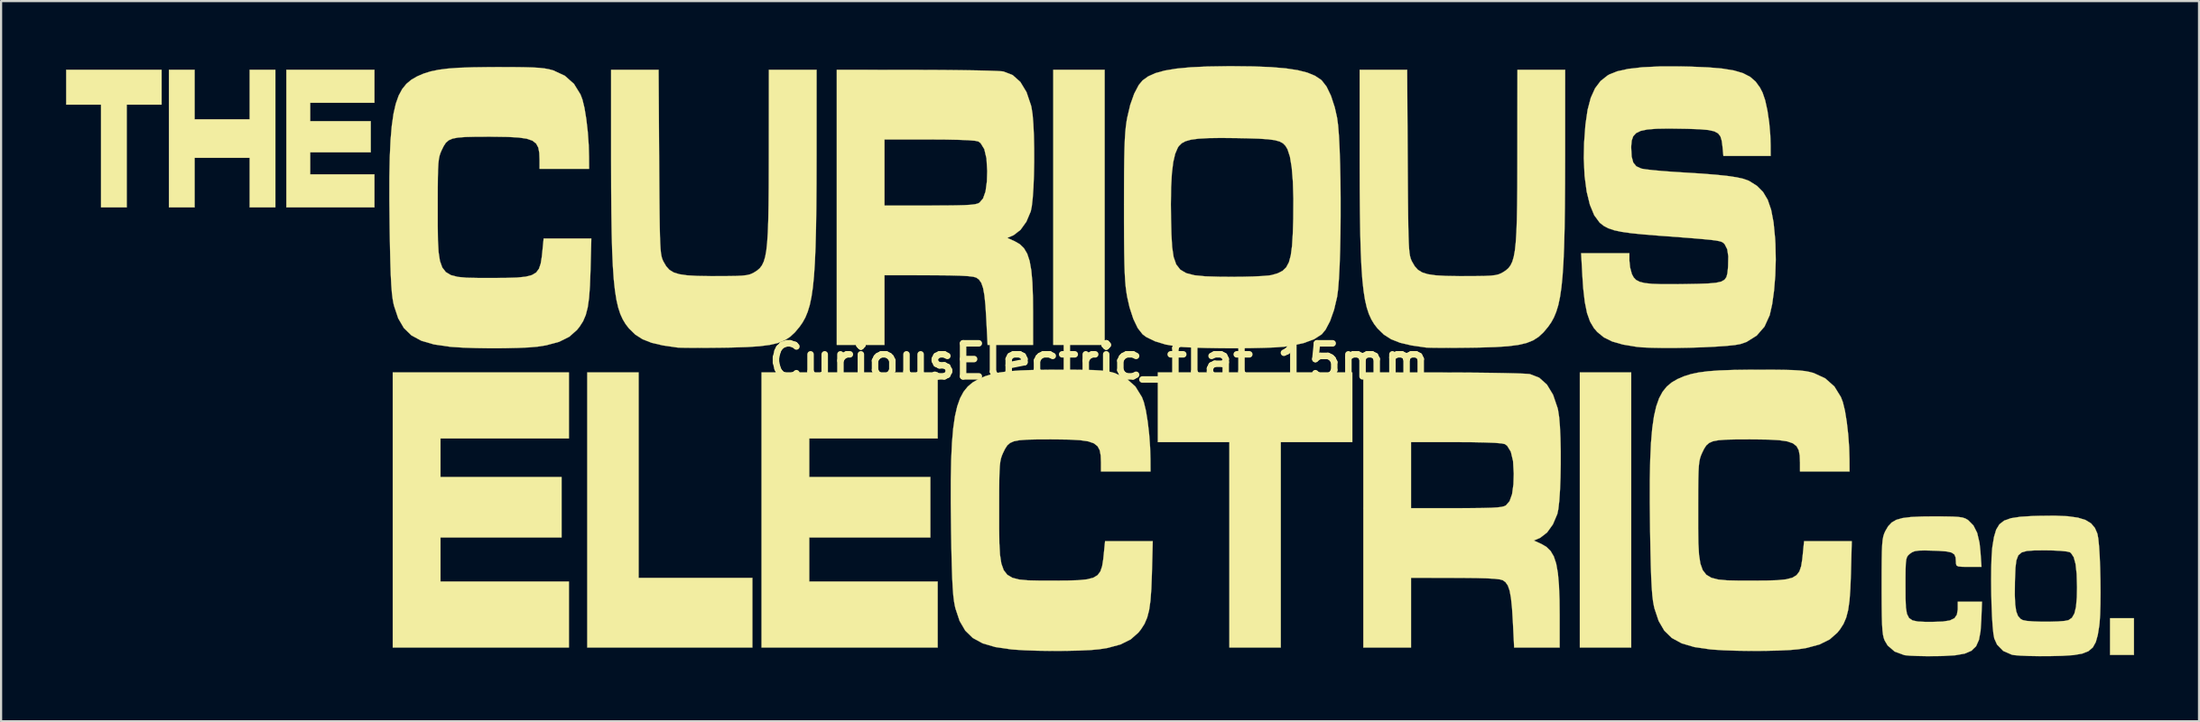
<source format=kicad_pcb>
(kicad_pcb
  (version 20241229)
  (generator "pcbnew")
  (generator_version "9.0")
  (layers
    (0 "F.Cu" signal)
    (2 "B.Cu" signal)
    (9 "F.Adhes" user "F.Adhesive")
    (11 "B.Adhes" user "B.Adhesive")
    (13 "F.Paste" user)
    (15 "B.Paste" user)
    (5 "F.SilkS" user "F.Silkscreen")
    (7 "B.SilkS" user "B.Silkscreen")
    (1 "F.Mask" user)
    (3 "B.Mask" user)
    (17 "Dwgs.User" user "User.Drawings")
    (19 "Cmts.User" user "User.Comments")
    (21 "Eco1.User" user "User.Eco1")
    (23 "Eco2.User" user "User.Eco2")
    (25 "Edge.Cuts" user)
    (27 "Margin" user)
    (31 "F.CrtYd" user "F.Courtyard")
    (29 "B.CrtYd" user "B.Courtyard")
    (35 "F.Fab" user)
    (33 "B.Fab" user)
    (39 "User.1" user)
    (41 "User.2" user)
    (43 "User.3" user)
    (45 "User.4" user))
  (footprint "CuriousElectric_flat_15mm"
    (layer "F.Cu")
    (at 47.672 13.633)
    (property "Reference" "CuriousElectric_flat_15mm" (at 0 0 0) (layer "F.SilkS") (effects (font (size 1.524 1.524) (thickness 0.3))))
    (attr through_hole)
    (fp_poly (pts (xy 0.254 -0.762) (xy -2.117 -0.762) (xy -2.117 -13.462) (xy 0.254 -13.462) (xy 0.254 -0.762)) (stroke (width 0.01) (type solid)) (fill yes) (layer "F.SilkS"))
    (fp_poly (pts (xy 24.553 13.208) (xy 22.183 13.208) (xy 22.183 0.508) (xy 24.553 0.508) (xy 24.553 13.208)) (stroke (width 0.01) (type solid)) (fill yes) (layer "F.SilkS"))
    (fp_poly (pts (xy 47.752 13.547) (xy 46.651 13.547) (xy 46.651 11.853) (xy 47.752 11.853) (xy 47.752 13.547)) (stroke (width 0.01) (type solid)) (fill yes) (layer "F.SilkS"))
    (fp_poly (pts (xy -21.251 9.991) (xy -16.002 9.991) (xy -16.002 13.208) (xy -23.622 13.208) (xy -23.622 0.508) (xy -21.251 0.508) (xy -21.251 9.991)) (stroke (width 0.01) (type solid)) (fill yes) (layer "F.SilkS"))
    (fp_poly (pts (xy -43.265 -11.853) (xy -44.873 -11.853) (xy -44.873 -7.112) (xy -46.059 -7.112) (xy -46.059 -11.853) (xy -47.667 -11.853) (xy -47.667 -13.462) (xy -43.265 -13.462) (xy -43.265 -11.853)) (stroke (width 0.01) (type solid)) (fill yes) (layer "F.SilkS"))
    (fp_poly (pts (xy 11.684 3.725) (xy 8.382 3.725) (xy 8.382 13.208) (xy 6.011 13.208) (xy 6.011 3.725) (xy 2.709 3.725) (xy 2.709 0.508) (xy 11.684 0.508) (xy 11.684 3.725)) (stroke (width 0.01) (type solid)) (fill yes) (layer "F.SilkS"))
    (fp_poly (pts (xy -41.741 -11.176) (xy -39.201 -11.176) (xy -39.201 -13.462) (xy -38.015 -13.462) (xy -38.015 -7.112) (xy -39.201 -7.112) (xy -39.201 -9.398) (xy -41.741 -9.398) (xy -41.741 -7.112) (xy -42.926 -7.112) (xy -42.926 -13.462) (xy -41.741 -13.462) (xy -41.741 -11.176)) (stroke (width 0.01) (type solid)) (fill yes) (layer "F.SilkS"))
    (fp_poly (pts (xy -33.443 -11.938) (xy -36.407 -11.938) (xy -36.407 -11.091) (xy -33.613 -11.091) (xy -33.613 -9.652) (xy -36.407 -9.652) (xy -36.407 -8.636) (xy -33.443 -8.636) (xy -33.443 -7.112) (xy -37.507 -7.112) (xy -37.507 -13.462) (xy -33.443 -13.462) (xy -33.443 -11.938)) (stroke (width 0.01) (type solid)) (fill yes) (layer "F.SilkS"))
    (fp_poly (pts (xy -24.469 3.556) (xy -30.395 3.556) (xy -30.395 5.334) (xy -24.807 5.334) (xy -24.807 8.128) (xy -30.395 8.128) (xy -30.395 10.16) (xy -24.469 10.16) (xy -24.469 13.208) (xy -32.597 13.208) (xy -32.597 0.508) (xy -24.469 0.508) (xy -24.469 3.556)) (stroke (width 0.01) (type solid)) (fill yes) (layer "F.SilkS"))
    (fp_poly (pts (xy -7.451 3.556) (xy -13.377 3.556) (xy -13.377 5.334) (xy -7.789 5.334) (xy -7.789 8.128) (xy -13.377 8.128) (xy -13.377 10.16) (xy -7.451 10.16) (xy -7.451 13.208) (xy -15.579 13.208) (xy -15.579 0.508) (xy -7.451 0.508) (xy -7.451 3.556)) (stroke (width 0.01) (type solid)) (fill yes) (layer "F.SilkS"))
    (fp_poly (pts (xy -8.445 -13.458) (xy -7.66 -13.456) (xy -6.915 -13.451) (xy -6.23 -13.443) (xy -5.626 -13.433) (xy -5.121 -13.421) (xy -4.735 -13.407) (xy -4.488 -13.392) (xy -4.418 -13.384) (xy -3.991 -13.218) (xy -3.634 -12.899) (xy -3.351 -12.431) (xy -3.143 -11.816) (xy -3.122 -11.726) (xy -3.072 -11.408) (xy -3.036 -10.965) (xy -3.011 -10.431) (xy -2.999 -9.837) (xy -2.998 -9.218) (xy -3.009 -8.607) (xy -3.031 -8.037) (xy -3.065 -7.541) (xy -3.109 -7.152) (xy -3.155 -6.927) (xy -3.357 -6.45) (xy -3.628 -6.073) (xy -3.945 -5.828) (xy -4 -5.803) (xy -4.241 -5.702) (xy -3.897 -5.547) (xy -3.659 -5.41) (xy -3.468 -5.224) (xy -3.319 -4.973) (xy -3.208 -4.637) (xy -3.13 -4.2) (xy -3.08 -3.645) (xy -3.055 -2.953) (xy -3.049 -2.265) (xy -3.048 -0.762) (xy -5.147 -0.762) (xy -5.208 -1.968) (xy -5.246 -2.581) (xy -5.293 -3.046) (xy -5.355 -3.386) (xy -5.437 -3.623) (xy -5.545 -3.779) (xy -5.673 -3.87) (xy -5.808 -3.908) (xy -6.052 -3.937) (xy -6.42 -3.958) (xy -6.925 -3.971) (xy -7.58 -3.977) (xy -7.895 -3.978) (xy -9.906 -3.979) (xy -9.906 -0.762) (xy -12.107 -0.762) (xy -12.107 -10.245) (xy -9.906 -10.245) (xy -9.906 -7.197) (xy -7.808 -7.197) (xy -7.136 -7.198) (xy -6.612 -7.204) (xy -6.218 -7.214) (xy -5.932 -7.231) (xy -5.734 -7.254) (xy -5.604 -7.287) (xy -5.525 -7.326) (xy -5.357 -7.522) (xy -5.243 -7.844) (xy -5.18 -8.305) (xy -5.165 -8.787) (xy -5.199 -9.371) (xy -5.3 -9.8) (xy -5.47 -10.076) (xy -5.575 -10.153) (xy -5.724 -10.185) (xy -6.033 -10.211) (xy -6.492 -10.229) (xy -7.094 -10.241) (xy -7.826 -10.245) (xy -9.906 -10.245) (xy -12.107 -10.245) (xy -12.107 -13.462) (xy -8.445 -13.458)) (stroke (width 0.01) (type solid)) (fill yes) (layer "F.SilkS"))
    (fp_poly (pts (xy 15.854 0.512) (xy 16.64 0.514) (xy 17.385 0.519) (xy 18.069 0.527) (xy 18.674 0.537) (xy 19.179 0.549) (xy 19.564 0.563) (xy 19.811 0.578) (xy 19.881 0.586) (xy 20.309 0.752) (xy 20.665 1.071) (xy 20.948 1.539) (xy 21.157 2.154) (xy 21.178 2.244) (xy 21.227 2.562) (xy 21.264 3.005) (xy 21.288 3.539) (xy 21.301 4.133) (xy 21.301 4.752) (xy 21.29 5.363) (xy 21.268 5.933) (xy 21.235 6.429) (xy 21.191 6.818) (xy 21.144 7.043) (xy 20.942 7.52) (xy 20.671 7.897) (xy 20.354 8.142) (xy 20.299 8.167) (xy 20.059 8.268) (xy 20.402 8.423) (xy 20.64 8.56) (xy 20.831 8.746) (xy 20.98 8.997) (xy 21.092 9.333) (xy 21.17 9.77) (xy 21.219 10.325) (xy 21.245 11.017) (xy 21.251 11.705) (xy 21.251 13.208) (xy 19.152 13.208) (xy 19.092 12.002) (xy 19.054 11.389) (xy 19.006 10.924) (xy 18.944 10.584) (xy 18.862 10.347) (xy 18.754 10.191) (xy 18.627 10.1) (xy 18.492 10.062) (xy 18.247 10.033) (xy 17.879 10.012) (xy 17.374 9.999) (xy 16.719 9.993) (xy 16.404 9.992) (xy 14.393 9.991) (xy 14.393 13.208) (xy 12.192 13.208) (xy 12.192 3.725) (xy 14.393 3.725) (xy 14.393 6.773) (xy 16.491 6.773) (xy 17.164 6.772) (xy 17.687 6.766) (xy 18.081 6.756) (xy 18.368 6.739) (xy 18.565 6.716) (xy 18.695 6.683) (xy 18.774 6.644) (xy 18.942 6.448) (xy 19.056 6.126) (xy 19.119 5.665) (xy 19.134 5.183) (xy 19.101 4.599) (xy 18.999 4.17) (xy 18.829 3.894) (xy 18.724 3.817) (xy 18.575 3.785) (xy 18.267 3.759) (xy 17.807 3.741) (xy 17.206 3.729) (xy 16.473 3.725) (xy 14.393 3.725) (xy 12.192 3.725) (xy 12.192 0.508) (xy 15.854 0.512)) (stroke (width 0.01) (type solid)) (fill yes) (layer "F.SilkS"))
    (fp_poly (pts (xy 44.698 7.146) (xy 45.165 7.211) (xy 45.518 7.319) (xy 45.775 7.476) (xy 45.952 7.687) (xy 46.067 7.952) (xy 46.108 8.177) (xy 46.144 8.537) (xy 46.173 9.001) (xy 46.194 9.534) (xy 46.207 10.103) (xy 46.212 10.675) (xy 46.207 11.217) (xy 46.193 11.696) (xy 46.167 12.078) (xy 46.154 12.196) (xy 46.085 12.625) (xy 45.993 12.955) (xy 45.857 13.201) (xy 45.655 13.374) (xy 45.367 13.488) (xy 44.971 13.556) (xy 44.446 13.59) (xy 43.857 13.604) (xy 43.36 13.605) (xy 42.897 13.597) (xy 42.506 13.58) (xy 42.224 13.557) (xy 42.124 13.54) (xy 41.721 13.365) (xy 41.437 13.073) (xy 41.309 12.791) (xy 41.268 12.566) (xy 41.232 12.206) (xy 41.203 11.743) (xy 41.182 11.21) (xy 41.172 10.786) (xy 42.255 10.786) (xy 42.275 11.227) (xy 42.323 11.543) (xy 42.406 11.757) (xy 42.528 11.89) (xy 42.622 11.94) (xy 42.803 11.977) (xy 43.104 12.001) (xy 43.478 12.014) (xy 43.876 12.014) (xy 44.25 12.003) (xy 44.552 11.979) (xy 44.73 11.944) (xy 44.891 11.835) (xy 45.006 11.636) (xy 45.08 11.327) (xy 45.118 10.888) (xy 45.127 10.423) (xy 45.11 9.81) (xy 45.06 9.351) (xy 44.973 9.034) (xy 44.847 8.845) (xy 44.791 8.806) (xy 44.644 8.772) (xy 44.37 8.744) (xy 44.009 8.726) (xy 43.661 8.721) (xy 43.171 8.724) (xy 42.815 8.748) (xy 42.57 8.817) (xy 42.415 8.954) (xy 42.328 9.183) (xy 42.285 9.527) (xy 42.266 10.008) (xy 42.261 10.199) (xy 42.255 10.786) (xy 41.172 10.786) (xy 41.169 10.641) (xy 41.164 10.068) (xy 41.169 9.526) (xy 41.183 9.047) (xy 41.209 8.665) (xy 41.222 8.547) (xy 41.295 8.105) (xy 41.395 7.767) (xy 41.544 7.52) (xy 41.764 7.348) (xy 42.078 7.237) (xy 42.508 7.171) (xy 43.075 7.136) (xy 43.349 7.128) (xy 44.098 7.12) (xy 44.698 7.146)) (stroke (width 0.01) (type solid)) (fill yes) (layer "F.SilkS"))
    (fp_poly (pts (xy 39.014 7.156) (xy 39.392 7.163) (xy 39.658 7.179) (xy 39.842 7.206) (xy 39.971 7.249) (xy 40.077 7.309) (xy 40.105 7.329) (xy 40.348 7.575) (xy 40.519 7.914) (xy 40.627 8.372) (xy 40.67 8.784) (xy 40.719 9.483) (xy 40.129 9.483) (xy 39.821 9.48) (xy 39.644 9.462) (xy 39.563 9.415) (xy 39.54 9.324) (xy 39.538 9.25) (xy 39.524 9.047) (xy 39.465 8.908) (xy 39.334 8.821) (xy 39.103 8.771) (xy 38.744 8.744) (xy 38.502 8.735) (xy 38.097 8.725) (xy 37.822 8.732) (xy 37.639 8.759) (xy 37.51 8.812) (xy 37.42 8.875) (xy 37.341 8.944) (xy 37.285 9.022) (xy 37.248 9.137) (xy 37.226 9.316) (xy 37.215 9.587) (xy 37.211 9.979) (xy 37.211 10.371) (xy 37.213 10.938) (xy 37.23 11.358) (xy 37.278 11.652) (xy 37.375 11.844) (xy 37.536 11.954) (xy 37.779 12.006) (xy 38.119 12.022) (xy 38.448 12.023) (xy 38.924 12.008) (xy 39.257 11.957) (xy 39.468 11.856) (xy 39.582 11.693) (xy 39.623 11.455) (xy 39.624 11.388) (xy 39.624 11.091) (xy 40.741 11.091) (xy 40.71 11.917) (xy 40.676 12.445) (xy 40.602 12.85) (xy 40.468 13.148) (xy 40.255 13.355) (xy 39.943 13.488) (xy 39.511 13.564) (xy 38.939 13.598) (xy 38.65 13.604) (xy 38.19 13.606) (xy 37.765 13.598) (xy 37.416 13.583) (xy 37.185 13.561) (xy 37.155 13.556) (xy 36.711 13.393) (xy 36.39 13.116) (xy 36.251 12.884) (xy 36.207 12.765) (xy 36.173 12.613) (xy 36.148 12.405) (xy 36.13 12.12) (xy 36.119 11.737) (xy 36.113 11.233) (xy 36.11 10.588) (xy 36.11 10.372) (xy 36.111 9.697) (xy 36.115 9.169) (xy 36.122 8.766) (xy 36.136 8.465) (xy 36.156 8.245) (xy 36.186 8.082) (xy 36.225 7.954) (xy 36.276 7.839) (xy 36.28 7.832) (xy 36.413 7.605) (xy 36.575 7.434) (xy 36.787 7.312) (xy 37.076 7.23) (xy 37.465 7.182) (xy 37.979 7.159) (xy 38.496 7.154) (xy 39.014 7.156)) (stroke (width 0.01) (type solid)) (fill yes) (layer "F.SilkS"))
    (fp_poly (pts (xy -20.304 -9.207) (xy -20.298 -8.247) (xy -20.292 -7.44) (xy -20.285 -6.774) (xy -20.277 -6.231) (xy -20.267 -5.799) (xy -20.255 -5.461) (xy -20.24 -5.203) (xy -20.221 -5.009) (xy -20.197 -4.866) (xy -20.169 -4.758) (xy -20.135 -4.67) (xy -20.108 -4.614) (xy -19.982 -4.397) (xy -19.834 -4.231) (xy -19.64 -4.11) (xy -19.376 -4.027) (xy -19.021 -3.975) (xy -18.549 -3.947) (xy -17.938 -3.937) (xy -17.738 -3.937) (xy -17.185 -3.939) (xy -16.774 -3.945) (xy -16.477 -3.959) (xy -16.265 -3.983) (xy -16.11 -4.02) (xy -15.985 -4.073) (xy -15.917 -4.111) (xy -15.779 -4.2) (xy -15.66 -4.303) (xy -15.561 -4.433) (xy -15.479 -4.603) (xy -15.412 -4.827) (xy -15.359 -5.118) (xy -15.319 -5.49) (xy -15.289 -5.956) (xy -15.268 -6.529) (xy -15.255 -7.223) (xy -15.247 -8.052) (xy -15.244 -9.029) (xy -15.243 -9.673) (xy -15.24 -13.462) (xy -13.039 -13.462) (xy -13.04 -9.504) (xy -13.043 -8.224) (xy -13.051 -7.1) (xy -13.066 -6.122) (xy -13.088 -5.275) (xy -13.119 -4.549) (xy -13.16 -3.931) (xy -13.212 -3.408) (xy -13.277 -2.969) (xy -13.355 -2.6) (xy -13.449 -2.291) (xy -13.558 -2.027) (xy -13.685 -1.798) (xy -13.824 -1.599) (xy -14.041 -1.34) (xy -14.265 -1.133) (xy -14.519 -0.971) (xy -14.823 -0.85) (xy -15.201 -0.762) (xy -15.673 -0.701) (xy -16.262 -0.663) (xy -16.988 -0.641) (xy -17.357 -0.635) (xy -17.914 -0.629) (xy -18.431 -0.626) (xy -18.878 -0.628) (xy -19.224 -0.632) (xy -19.44 -0.64) (xy -19.473 -0.643) (xy -20.135 -0.739) (xy -20.658 -0.862) (xy -21.071 -1.025) (xy -21.405 -1.238) (xy -21.689 -1.515) (xy -21.697 -1.523) (xy -21.849 -1.719) (xy -21.981 -1.937) (xy -22.096 -2.189) (xy -22.193 -2.486) (xy -22.275 -2.842) (xy -22.342 -3.268) (xy -22.397 -3.777) (xy -22.439 -4.38) (xy -22.472 -5.091) (xy -22.494 -5.92) (xy -22.509 -6.882) (xy -22.518 -7.987) (xy -22.521 -9.248) (xy -22.521 -9.377) (xy -22.521 -13.462) (xy -20.33 -13.462) (xy -20.304 -9.207)) (stroke (width 0.01) (type solid)) (fill yes) (layer "F.SilkS"))
    (fp_poly (pts (xy 14.24 -9.207) (xy 14.246 -8.247) (xy 14.252 -7.44) (xy 14.259 -6.774) (xy 14.267 -6.231) (xy 14.277 -5.799) (xy 14.289 -5.461) (xy 14.304 -5.203) (xy 14.323 -5.009) (xy 14.347 -4.866) (xy 14.375 -4.758) (xy 14.409 -4.67) (xy 14.436 -4.614) (xy 14.562 -4.397) (xy 14.71 -4.231) (xy 14.904 -4.11) (xy 15.168 -4.027) (xy 15.523 -3.975) (xy 15.995 -3.947) (xy 16.606 -3.937) (xy 16.806 -3.937) (xy 17.359 -3.939) (xy 17.77 -3.945) (xy 18.067 -3.959) (xy 18.279 -3.983) (xy 18.434 -4.02) (xy 18.559 -4.073) (xy 18.627 -4.111) (xy 18.765 -4.2) (xy 18.884 -4.303) (xy 18.983 -4.433) (xy 19.065 -4.603) (xy 19.132 -4.827) (xy 19.185 -5.118) (xy 19.225 -5.49) (xy 19.255 -5.956) (xy 19.276 -6.529) (xy 19.289 -7.223) (xy 19.297 -8.052) (xy 19.3 -9.029) (xy 19.301 -9.673) (xy 19.304 -13.462) (xy 21.505 -13.462) (xy 21.504 -9.504) (xy 21.501 -8.224) (xy 21.493 -7.1) (xy 21.478 -6.122) (xy 21.456 -5.275) (xy 21.425 -4.549) (xy 21.384 -3.931) (xy 21.332 -3.408) (xy 21.267 -2.969) (xy 21.189 -2.6) (xy 21.095 -2.291) (xy 20.986 -2.027) (xy 20.859 -1.798) (xy 20.72 -1.599) (xy 20.503 -1.34) (xy 20.279 -1.133) (xy 20.025 -0.971) (xy 19.721 -0.85) (xy 19.343 -0.762) (xy 18.871 -0.701) (xy 18.282 -0.663) (xy 17.556 -0.641) (xy 17.187 -0.635) (xy 16.63 -0.629) (xy 16.113 -0.626) (xy 15.666 -0.628) (xy 15.32 -0.632) (xy 15.104 -0.64) (xy 15.071 -0.643) (xy 14.409 -0.739) (xy 13.886 -0.862) (xy 13.473 -1.025) (xy 13.139 -1.238) (xy 12.855 -1.515) (xy 12.847 -1.523) (xy 12.695 -1.719) (xy 12.563 -1.937) (xy 12.448 -2.189) (xy 12.351 -2.486) (xy 12.269 -2.842) (xy 12.202 -3.268) (xy 12.147 -3.777) (xy 12.105 -4.38) (xy 12.072 -5.091) (xy 12.05 -5.92) (xy 12.035 -6.882) (xy 12.026 -7.987) (xy 12.023 -9.248) (xy 12.023 -9.377) (xy 12.023 -13.462) (xy 14.214 -13.462) (xy 14.24 -9.207)) (stroke (width 0.01) (type solid)) (fill yes) (layer "F.SilkS"))
    (fp_poly (pts (xy -27.096 -13.587) (xy -26.566 -13.581) (xy -26.155 -13.57) (xy -25.838 -13.551) (xy -25.59 -13.524) (xy -25.386 -13.486) (xy -25.201 -13.437) (xy -25.188 -13.433) (xy -24.658 -13.187) (xy -24.236 -12.813) (xy -23.933 -12.322) (xy -23.844 -12.087) (xy -23.749 -11.696) (xy -23.666 -11.185) (xy -23.599 -10.602) (xy -23.555 -9.996) (xy -23.54 -9.461) (xy -23.537 -8.89) (xy -25.823 -8.89) (xy -25.823 -9.309) (xy -25.835 -9.624) (xy -25.881 -9.87) (xy -25.981 -10.056) (xy -26.152 -10.19) (xy -26.413 -10.28) (xy -26.783 -10.334) (xy -27.279 -10.362) (xy -27.921 -10.371) (xy -28.152 -10.372) (xy -28.768 -10.37) (xy -29.239 -10.359) (xy -29.589 -10.332) (xy -29.84 -10.284) (xy -30.018 -10.206) (xy -30.147 -10.093) (xy -30.249 -9.936) (xy -30.34 -9.751) (xy -30.394 -9.624) (xy -30.437 -9.494) (xy -30.469 -9.339) (xy -30.492 -9.136) (xy -30.507 -8.863) (xy -30.516 -8.498) (xy -30.521 -8.019) (xy -30.522 -7.402) (xy -30.522 -7.07) (xy -30.522 -6.247) (xy -30.513 -5.579) (xy -30.483 -5.048) (xy -30.42 -4.638) (xy -30.312 -4.335) (xy -30.146 -4.122) (xy -29.912 -3.983) (xy -29.596 -3.902) (xy -29.187 -3.864) (xy -28.672 -3.853) (xy -28.067 -3.852) (xy -27.391 -3.855) (xy -26.864 -3.871) (xy -26.467 -3.911) (xy -26.179 -3.985) (xy -25.98 -4.104) (xy -25.851 -4.277) (xy -25.77 -4.516) (xy -25.719 -4.832) (xy -25.691 -5.101) (xy -25.634 -5.673) (xy -23.434 -5.673) (xy -23.473 -4.17) (xy -23.499 -3.478) (xy -23.539 -2.928) (xy -23.601 -2.493) (xy -23.691 -2.144) (xy -23.814 -1.856) (xy -23.978 -1.6) (xy -24.097 -1.452) (xy -24.451 -1.139) (xy -24.919 -0.906) (xy -25.518 -0.744) (xy -25.911 -0.682) (xy -26.312 -0.647) (xy -26.839 -0.623) (xy -27.449 -0.61) (xy -28.098 -0.607) (xy -28.743 -0.616) (xy -29.341 -0.636) (xy -29.848 -0.668) (xy -29.972 -0.679) (xy -30.698 -0.785) (xy -31.28 -0.955) (xy -31.737 -1.203) (xy -32.086 -1.543) (xy -32.346 -1.989) (xy -32.535 -2.555) (xy -32.565 -2.679) (xy -32.604 -2.893) (xy -32.638 -3.171) (xy -32.665 -3.532) (xy -32.689 -3.991) (xy -32.708 -4.567) (xy -32.725 -5.275) (xy -32.74 -6.135) (xy -32.741 -6.223) (xy -32.754 -7.444) (xy -32.753 -8.509) (xy -32.735 -9.429) (xy -32.699 -10.215) (xy -32.642 -10.881) (xy -32.562 -11.437) (xy -32.457 -11.896) (xy -32.325 -12.27) (xy -32.163 -12.571) (xy -31.969 -12.811) (xy -31.742 -13.001) (xy -31.478 -13.154) (xy -31.464 -13.161) (xy -31.172 -13.286) (xy -30.855 -13.385) (xy -30.492 -13.461) (xy -30.06 -13.517) (xy -29.535 -13.555) (xy -28.896 -13.577) (xy -28.119 -13.587) (xy -27.771 -13.588) (xy -27.096 -13.587)) (stroke (width 0.01) (type solid)) (fill yes) (layer "F.SilkS"))
    (fp_poly (pts (xy -1.188 0.383) (xy -0.658 0.389) (xy -0.247 0.4) (xy 0.07 0.419) (xy 0.318 0.446) (xy 0.522 0.484) (xy 0.707 0.533) (xy 0.72 0.537) (xy 1.25 0.783) (xy 1.672 1.157) (xy 1.975 1.648) (xy 2.064 1.883) (xy 2.159 2.274) (xy 2.242 2.785) (xy 2.309 3.368) (xy 2.353 3.974) (xy 2.368 4.508) (xy 2.371 5.08) (xy 0.085 5.08) (xy 0.085 4.661) (xy 0.073 4.346) (xy 0.027 4.1) (xy -0.073 3.914) (xy -0.244 3.78) (xy -0.505 3.69) (xy -0.875 3.636) (xy -1.371 3.608) (xy -2.013 3.599) (xy -2.244 3.598) (xy -2.86 3.6) (xy -3.331 3.611) (xy -3.681 3.638) (xy -3.932 3.686) (xy -4.11 3.764) (xy -4.239 3.877) (xy -4.341 4.034) (xy -4.432 4.219) (xy -4.486 4.346) (xy -4.529 4.476) (xy -4.561 4.631) (xy -4.584 4.834) (xy -4.599 5.107) (xy -4.608 5.472) (xy -4.613 5.951) (xy -4.614 6.568) (xy -4.614 6.9) (xy -4.614 7.723) (xy -4.605 8.391) (xy -4.575 8.922) (xy -4.512 9.332) (xy -4.404 9.635) (xy -4.238 9.848) (xy -4.004 9.987) (xy -3.688 10.068) (xy -3.279 10.106) (xy -2.764 10.117) (xy -2.159 10.118) (xy -1.483 10.115) (xy -0.956 10.099) (xy -0.559 10.059) (xy -0.271 9.985) (xy -0.072 9.866) (xy 0.057 9.693) (xy 0.138 9.454) (xy 0.189 9.138) (xy 0.217 8.869) (xy 0.274 8.297) (xy 2.474 8.297) (xy 2.435 9.8) (xy 2.409 10.492) (xy 2.369 11.042) (xy 2.307 11.477) (xy 2.217 11.826) (xy 2.094 12.114) (xy 1.93 12.37) (xy 1.811 12.518) (xy 1.457 12.831) (xy 0.989 13.064) (xy 0.39 13.226) (xy -0.003 13.288) (xy -0.404 13.323) (xy -0.931 13.347) (xy -1.541 13.36) (xy -2.19 13.363) (xy -2.835 13.354) (xy -3.433 13.334) (xy -3.94 13.302) (xy -4.064 13.291) (xy -4.79 13.185) (xy -5.372 13.015) (xy -5.829 12.767) (xy -6.178 12.427) (xy -6.438 11.981) (xy -6.627 11.415) (xy -6.657 11.291) (xy -6.696 11.077) (xy -6.73 10.799) (xy -6.757 10.438) (xy -6.781 9.979) (xy -6.8 9.403) (xy -6.817 8.695) (xy -6.832 7.835) (xy -6.833 7.747) (xy -6.846 6.526) (xy -6.845 5.461) (xy -6.827 4.541) (xy -6.791 3.755) (xy -6.734 3.089) (xy -6.654 2.533) (xy -6.549 2.074) (xy -6.417 1.7) (xy -6.255 1.399) (xy -6.061 1.159) (xy -5.834 0.969) (xy -5.57 0.816) (xy -5.556 0.809) (xy -5.264 0.684) (xy -4.947 0.585) (xy -4.584 0.509) (xy -4.152 0.453) (xy -3.627 0.415) (xy -2.988 0.393) (xy -2.211 0.383) (xy -1.863 0.382) (xy -1.188 0.383)) (stroke (width 0.01) (type solid)) (fill yes) (layer "F.SilkS"))
    (fp_poly (pts (xy 31.07 0.383) (xy 31.6 0.389) (xy 32.011 0.4) (xy 32.328 0.419) (xy 32.576 0.446) (xy 32.78 0.484) (xy 32.965 0.533) (xy 32.978 0.537) (xy 33.508 0.783) (xy 33.93 1.157) (xy 34.233 1.648) (xy 34.322 1.883) (xy 34.417 2.274) (xy 34.5 2.785) (xy 34.567 3.368) (xy 34.611 3.974) (xy 34.626 4.508) (xy 34.629 5.08) (xy 32.343 5.08) (xy 32.343 4.661) (xy 32.331 4.346) (xy 32.285 4.1) (xy 32.185 3.914) (xy 32.014 3.78) (xy 31.753 3.69) (xy 31.383 3.636) (xy 30.887 3.608) (xy 30.245 3.599) (xy 30.014 3.598) (xy 29.398 3.6) (xy 28.927 3.611) (xy 28.577 3.638) (xy 28.326 3.686) (xy 28.148 3.764) (xy 28.019 3.877) (xy 27.917 4.034) (xy 27.826 4.219) (xy 27.772 4.346) (xy 27.729 4.476) (xy 27.697 4.631) (xy 27.674 4.834) (xy 27.659 5.107) (xy 27.65 5.472) (xy 27.645 5.951) (xy 27.644 6.568) (xy 27.644 6.9) (xy 27.644 7.723) (xy 27.653 8.391) (xy 27.683 8.922) (xy 27.746 9.332) (xy 27.854 9.635) (xy 28.02 9.848) (xy 28.254 9.987) (xy 28.57 10.068) (xy 28.979 10.106) (xy 29.494 10.117) (xy 30.099 10.118) (xy 30.775 10.115) (xy 31.302 10.099) (xy 31.699 10.059) (xy 31.987 9.985) (xy 32.186 9.866) (xy 32.315 9.693) (xy 32.396 9.454) (xy 32.447 9.138) (xy 32.475 8.869) (xy 32.532 8.297) (xy 34.732 8.297) (xy 34.693 9.8) (xy 34.667 10.492) (xy 34.627 11.042) (xy 34.565 11.477) (xy 34.475 11.826) (xy 34.352 12.114) (xy 34.188 12.37) (xy 34.069 12.518) (xy 33.715 12.831) (xy 33.247 13.064) (xy 32.648 13.226) (xy 32.255 13.288) (xy 31.854 13.323) (xy 31.327 13.347) (xy 30.717 13.36) (xy 30.068 13.363) (xy 29.423 13.354) (xy 28.825 13.334) (xy 28.318 13.302) (xy 28.194 13.291) (xy 27.468 13.185) (xy 26.886 13.015) (xy 26.429 12.767) (xy 26.08 12.427) (xy 25.82 11.981) (xy 25.631 11.415) (xy 25.601 11.291) (xy 25.562 11.077) (xy 25.528 10.799) (xy 25.501 10.438) (xy 25.477 9.979) (xy 25.458 9.403) (xy 25.441 8.695) (xy 25.426 7.835) (xy 25.425 7.747) (xy 25.412 6.526) (xy 25.413 5.461) (xy 25.431 4.541) (xy 25.467 3.755) (xy 25.524 3.089) (xy 25.604 2.533) (xy 25.709 2.074) (xy 25.841 1.7) (xy 26.003 1.399) (xy 26.197 1.159) (xy 26.424 0.969) (xy 26.688 0.816) (xy 26.702 0.809) (xy 26.994 0.684) (xy 27.311 0.585) (xy 27.674 0.509) (xy 28.106 0.453) (xy 28.631 0.415) (xy 29.27 0.393) (xy 30.047 0.383) (xy 30.395 0.382) (xy 31.07 0.383)) (stroke (width 0.01) (type solid)) (fill yes) (layer "F.SilkS"))
    (fp_poly (pts (xy 7.11 -13.618) (xy 7.928 -13.585) (xy 8.608 -13.528) (xy 9.163 -13.444) (xy 9.609 -13.331) (xy 9.96 -13.186) (xy 10.231 -13.007) (xy 10.272 -12.972) (xy 10.494 -12.687) (xy 10.699 -12.262) (xy 10.874 -11.726) (xy 10.982 -11.244) (xy 11.028 -10.896) (xy 11.067 -10.405) (xy 11.097 -9.797) (xy 11.12 -9.098) (xy 11.136 -8.333) (xy 11.143 -7.53) (xy 11.143 -6.713) (xy 11.136 -5.908) (xy 11.121 -5.143) (xy 11.098 -4.442) (xy 11.067 -3.831) (xy 11.029 -3.337) (xy 10.983 -2.986) (xy 10.982 -2.98) (xy 10.84 -2.378) (xy 10.658 -1.864) (xy 10.449 -1.465) (xy 10.272 -1.252) (xy 9.923 -1.027) (xy 9.435 -0.846) (xy 8.832 -0.717) (xy 8.54 -0.679) (xy 8.14 -0.649) (xy 7.61 -0.627) (xy 6.989 -0.614) (xy 6.315 -0.608) (xy 5.627 -0.61) (xy 4.965 -0.62) (xy 4.367 -0.638) (xy 3.873 -0.663) (xy 3.62 -0.685) (xy 3.076 -0.778) (xy 2.58 -0.929) (xy 2.179 -1.123) (xy 2.005 -1.252) (xy 1.782 -1.537) (xy 1.578 -1.962) (xy 1.403 -2.498) (xy 1.294 -2.98) (xy 1.256 -3.211) (xy 1.224 -3.46) (xy 1.2 -3.749) (xy 1.181 -4.095) (xy 1.167 -4.519) (xy 1.157 -5.04) (xy 1.151 -5.677) (xy 1.148 -6.45) (xy 1.148 -7.112) (xy 1.148 -7.255) (xy 3.31 -7.255) (xy 3.317 -6.613) (xy 3.335 -5.871) (xy 3.369 -5.28) (xy 3.437 -4.821) (xy 3.556 -4.479) (xy 3.745 -4.235) (xy 4.02 -4.074) (xy 4.4 -3.977) (xy 4.901 -3.928) (xy 5.541 -3.909) (xy 6.096 -3.905) (xy 6.611 -3.908) (xy 7.094 -3.92) (xy 7.51 -3.94) (xy 7.82 -3.965) (xy 7.957 -3.986) (xy 8.24 -4.068) (xy 8.463 -4.18) (xy 8.632 -4.342) (xy 8.757 -4.575) (xy 8.844 -4.898) (xy 8.902 -5.332) (xy 8.937 -5.895) (xy 8.958 -6.578) (xy 8.964 -7.51) (xy 8.94 -8.304) (xy 8.887 -8.953) (xy 8.805 -9.45) (xy 8.695 -9.788) (xy 8.686 -9.806) (xy 8.597 -9.953) (xy 8.485 -10.067) (xy 8.328 -10.152) (xy 8.104 -10.213) (xy 7.792 -10.254) (xy 7.369 -10.282) (xy 6.814 -10.299) (xy 6.35 -10.308) (xy 5.617 -10.315) (xy 5.033 -10.307) (xy 4.58 -10.281) (xy 4.237 -10.235) (xy 3.985 -10.164) (xy 3.805 -10.067) (xy 3.678 -9.939) (xy 3.628 -9.862) (xy 3.509 -9.583) (xy 3.419 -9.195) (xy 3.357 -8.687) (xy 3.321 -8.044) (xy 3.31 -7.255) (xy 1.148 -7.255) (xy 1.149 -7.996) (xy 1.152 -8.731) (xy 1.159 -9.335) (xy 1.17 -9.827) (xy 1.185 -10.229) (xy 1.206 -10.557) (xy 1.232 -10.834) (xy 1.265 -11.076) (xy 1.294 -11.244) (xy 1.436 -11.846) (xy 1.618 -12.36) (xy 1.828 -12.759) (xy 2.005 -12.972) (xy 2.263 -13.157) (xy 2.599 -13.308) (xy 3.027 -13.426) (xy 3.562 -13.515) (xy 4.218 -13.577) (xy 5.011 -13.614) (xy 5.954 -13.628) (xy 6.138 -13.628) (xy 7.11 -13.618)) (stroke (width 0.01) (type solid)) (fill yes) (layer "F.SilkS"))
    (fp_poly (pts (xy 27.305 -13.607) (xy 28.112 -13.573) (xy 28.77 -13.516) (xy 29.299 -13.429) (xy 29.716 -13.304) (xy 30.042 -13.136) (xy 30.295 -12.917) (xy 30.496 -12.64) (xy 30.614 -12.412) (xy 30.735 -12.057) (xy 30.84 -11.579) (xy 30.922 -11.023) (xy 30.973 -10.436) (xy 30.987 -9.97) (xy 30.988 -9.483) (xy 28.808 -9.483) (xy 28.767 -9.913) (xy 28.732 -10.182) (xy 28.672 -10.383) (xy 28.564 -10.526) (xy 28.385 -10.622) (xy 28.112 -10.682) (xy 27.722 -10.716) (xy 27.193 -10.735) (xy 26.994 -10.739) (xy 26.283 -10.749) (xy 25.724 -10.74) (xy 25.298 -10.706) (xy 24.988 -10.64) (xy 24.777 -10.537) (xy 24.645 -10.39) (xy 24.577 -10.193) (xy 24.554 -9.94) (xy 24.553 -9.866) (xy 24.574 -9.456) (xy 24.648 -9.18) (xy 24.789 -9.007) (xy 25.014 -8.905) (xy 25.036 -8.898) (xy 25.222 -8.867) (xy 25.544 -8.83) (xy 25.969 -8.791) (xy 26.462 -8.754) (xy 26.966 -8.722) (xy 27.789 -8.671) (xy 28.46 -8.618) (xy 28.995 -8.562) (xy 29.412 -8.5) (xy 29.727 -8.43) (xy 29.956 -8.349) (xy 30.001 -8.328) (xy 30.356 -8.105) (xy 30.637 -7.823) (xy 30.853 -7.461) (xy 31.012 -6.998) (xy 31.123 -6.416) (xy 31.193 -5.693) (xy 31.209 -5.419) (xy 31.224 -4.699) (xy 31.202 -3.967) (xy 31.145 -3.266) (xy 31.059 -2.642) (xy 30.946 -2.14) (xy 30.941 -2.126) (xy 30.704 -1.605) (xy 30.343 -1.191) (xy 29.876 -0.899) (xy 29.591 -0.801) (xy 29.33 -0.755) (xy 28.933 -0.715) (xy 28.431 -0.681) (xy 27.858 -0.653) (xy 27.247 -0.633) (xy 26.629 -0.622) (xy 26.038 -0.621) (xy 25.506 -0.63) (xy 25.065 -0.649) (xy 24.807 -0.673) (xy 24.174 -0.778) (xy 23.679 -0.919) (xy 23.293 -1.109) (xy 22.985 -1.361) (xy 22.831 -1.541) (xy 22.654 -1.841) (xy 22.515 -2.235) (xy 22.412 -2.744) (xy 22.338 -3.386) (xy 22.304 -3.89) (xy 22.243 -4.995) (xy 24.469 -4.995) (xy 24.469 -4.654) (xy 24.501 -4.346) (xy 24.579 -4.05) (xy 24.589 -4.024) (xy 24.669 -3.875) (xy 24.78 -3.76) (xy 24.944 -3.675) (xy 25.182 -3.617) (xy 25.512 -3.582) (xy 25.957 -3.566) (xy 26.536 -3.565) (xy 27.027 -3.571) (xy 27.648 -3.582) (xy 28.12 -3.599) (xy 28.465 -3.63) (xy 28.704 -3.683) (xy 28.857 -3.768) (xy 28.947 -3.893) (xy 28.993 -4.066) (xy 29.017 -4.298) (xy 29.024 -4.397) (xy 29.034 -4.852) (xy 28.985 -5.177) (xy 28.871 -5.402) (xy 28.83 -5.448) (xy 28.783 -5.488) (xy 28.718 -5.522) (xy 28.616 -5.552) (xy 28.46 -5.581) (xy 28.233 -5.61) (xy 27.916 -5.641) (xy 27.493 -5.678) (xy 26.945 -5.721) (xy 26.254 -5.773) (xy 25.841 -5.803) (xy 25.125 -5.861) (xy 24.555 -5.918) (xy 24.109 -5.981) (xy 23.766 -6.054) (xy 23.503 -6.142) (xy 23.296 -6.25) (xy 23.125 -6.383) (xy 23.094 -6.411) (xy 22.846 -6.749) (xy 22.646 -7.234) (xy 22.497 -7.846) (xy 22.402 -8.569) (xy 22.365 -9.386) (xy 22.38 -10.087) (xy 22.441 -10.925) (xy 22.541 -11.613) (xy 22.687 -12.168) (xy 22.885 -12.606) (xy 23.14 -12.944) (xy 23.458 -13.196) (xy 23.542 -13.245) (xy 23.913 -13.393) (xy 24.418 -13.504) (xy 25.063 -13.578) (xy 25.857 -13.616) (xy 26.805 -13.618) (xy 27.305 -13.607)) (stroke (width 0.01) (type solid)) (fill yes) (layer "F.SilkS")))
  (gr_rect
    (start -3 -3)
    (end 98.429 30.244)
    (stroke (width 0.1) (type default))
    (fill no)
    (layer "Edge.Cuts")))
</source>
